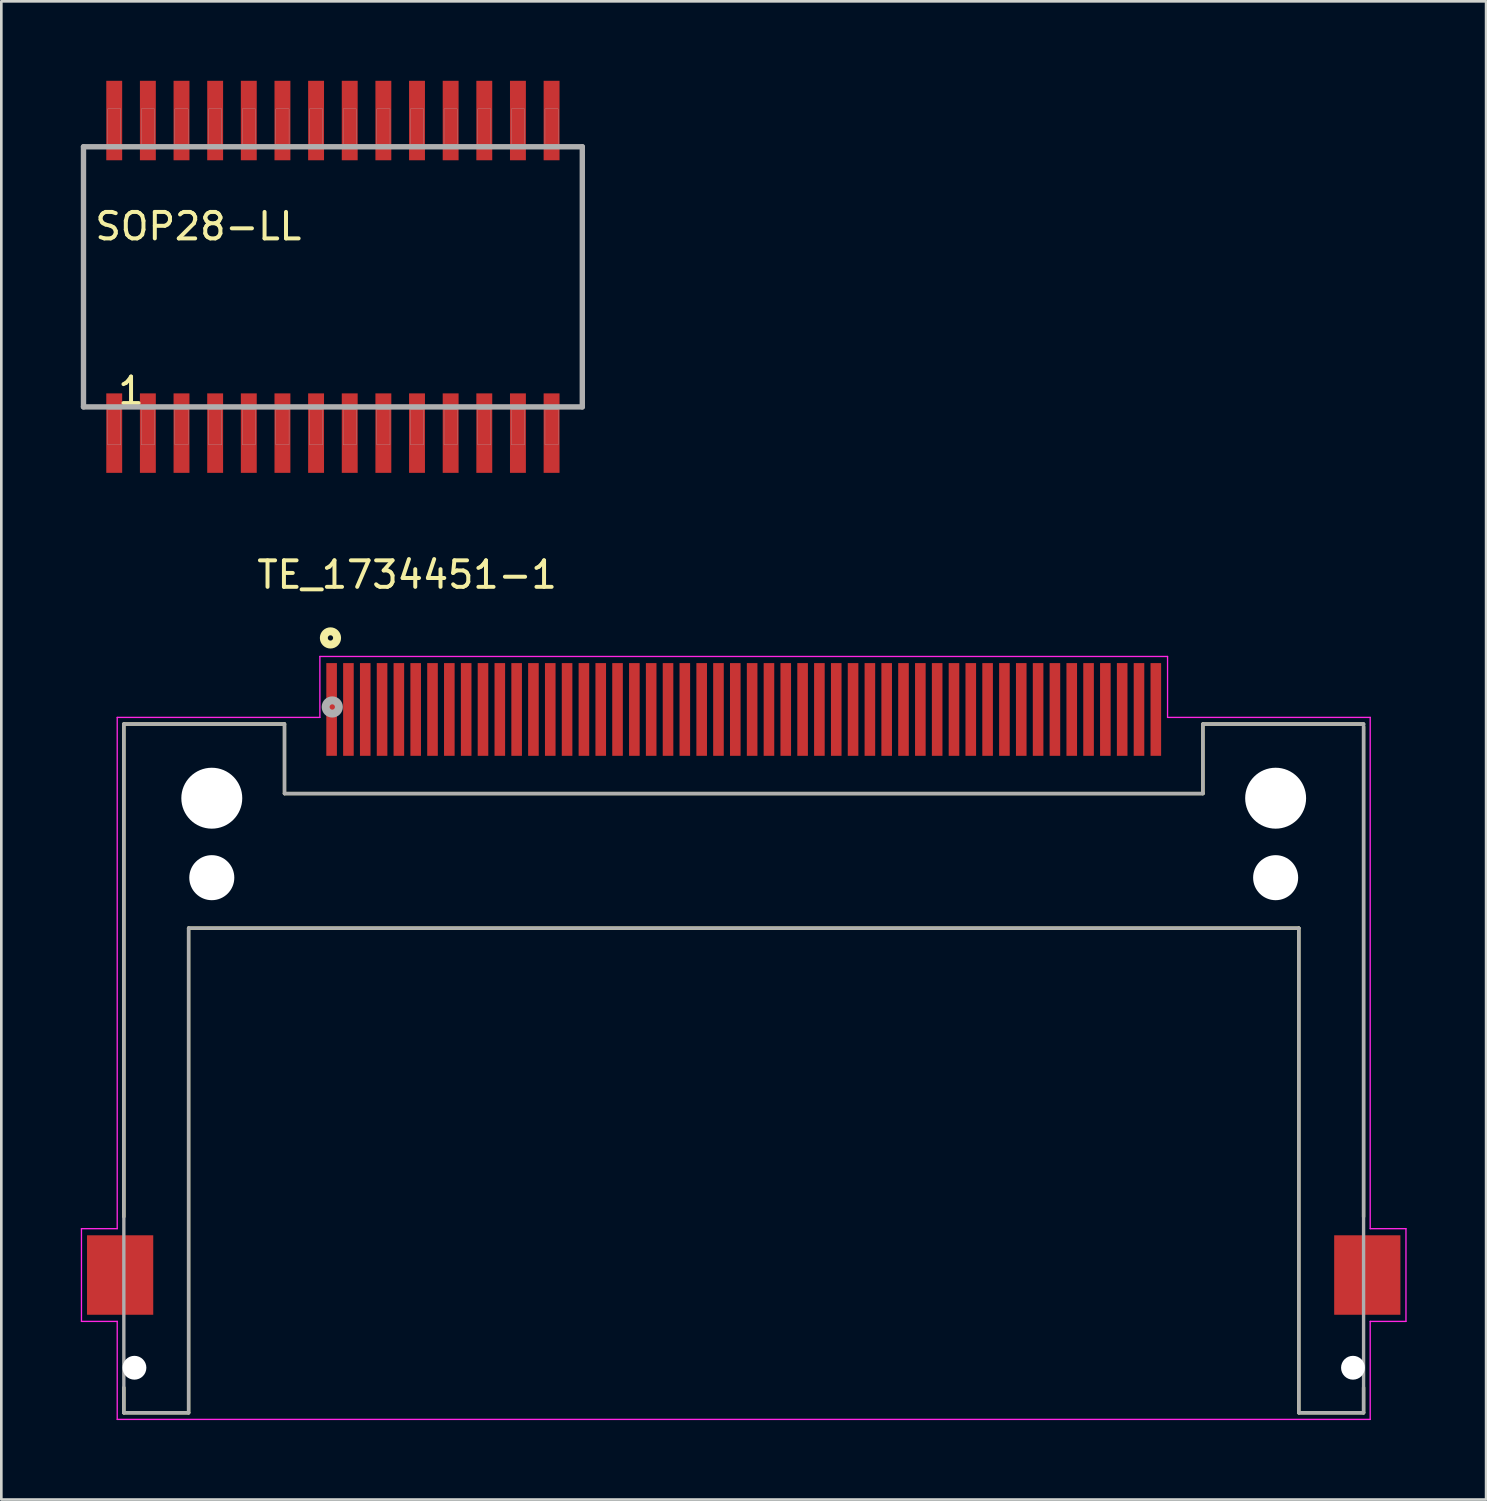
<source format=kicad_pcb>
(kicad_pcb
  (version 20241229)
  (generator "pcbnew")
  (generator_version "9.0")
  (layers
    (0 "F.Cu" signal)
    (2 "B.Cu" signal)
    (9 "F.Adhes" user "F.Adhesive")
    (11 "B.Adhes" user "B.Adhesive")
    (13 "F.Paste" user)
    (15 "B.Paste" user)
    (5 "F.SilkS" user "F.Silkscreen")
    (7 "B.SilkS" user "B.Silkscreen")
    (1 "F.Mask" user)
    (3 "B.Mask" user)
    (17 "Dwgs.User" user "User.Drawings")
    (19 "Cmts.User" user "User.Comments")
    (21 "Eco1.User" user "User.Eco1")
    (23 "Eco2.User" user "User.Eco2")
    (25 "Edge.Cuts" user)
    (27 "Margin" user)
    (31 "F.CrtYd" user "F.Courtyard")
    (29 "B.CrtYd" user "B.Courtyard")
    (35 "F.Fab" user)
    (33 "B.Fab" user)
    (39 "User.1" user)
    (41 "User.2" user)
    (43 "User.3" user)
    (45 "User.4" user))
  (footprint "SOP28-LL"
    (layer "F.Cu")
    (at 9.517 7.4)
    (property "Reference" "SOP28-LL" (at -5.08 -1.905 0) (layer "F.SilkS") (effects (font (size 1 1) (thickness 0.15))))
    (attr smd)
    (fp_line (start -9.415 -4.91) (end 9.415 -4.91) (stroke (width 0.203) (type solid)) (layer "F.Fab"))
    (fp_line (start -9.415 4.91) (end -9.415 -4.91) (stroke (width 0.203) (type solid)) (layer "F.Fab"))
    (fp_line (start 9.415 -4.91) (end 9.415 4.91) (stroke (width 0.203) (type solid)) (layer "F.Fab"))
    (fp_line (start 9.415 4.91) (end -9.415 4.91) (stroke (width 0.203) (type solid)) (layer "F.Fab"))
    (fp_poly (pts (xy -8.505 -6.34) (xy -8.005 -6.34) (xy -8.005 -5.01) (xy -8.505 -5.01)) (stroke (width 0.01) (type solid)) (fill no) (layer "F.Fab"))
    (fp_poly (pts (xy -8.505 5.01) (xy -8.005 5.01) (xy -8.005 6.34) (xy -8.505 6.34)) (stroke (width 0.01) (type solid)) (fill no) (layer "F.Fab"))
    (fp_poly (pts (xy -7.235 -6.34) (xy -6.735 -6.34) (xy -6.735 -5.01) (xy -7.235 -5.01)) (stroke (width 0.01) (type solid)) (fill no) (layer "F.Fab"))
    (fp_poly (pts (xy -7.235 5.01) (xy -6.735 5.01) (xy -6.735 6.34) (xy -7.235 6.34)) (stroke (width 0.01) (type solid)) (fill no) (layer "F.Fab"))
    (fp_poly (pts (xy -5.965 -6.34) (xy -5.465 -6.34) (xy -5.465 -5.01) (xy -5.965 -5.01)) (stroke (width 0.01) (type solid)) (fill no) (layer "F.Fab"))
    (fp_poly (pts (xy -5.965 5.01) (xy -5.465 5.01) (xy -5.465 6.34) (xy -5.965 6.34)) (stroke (width 0.01) (type solid)) (fill no) (layer "F.Fab"))
    (fp_poly (pts (xy -4.695 -6.34) (xy -4.195 -6.34) (xy -4.195 -5.01) (xy -4.695 -5.01)) (stroke (width 0.01) (type solid)) (fill no) (layer "F.Fab"))
    (fp_poly (pts (xy -4.695 5.01) (xy -4.195 5.01) (xy -4.195 6.34) (xy -4.695 6.34)) (stroke (width 0.01) (type solid)) (fill no) (layer "F.Fab"))
    (fp_poly (pts (xy -3.425 -6.34) (xy -2.925 -6.34) (xy -2.925 -5.01) (xy -3.425 -5.01)) (stroke (width 0.01) (type solid)) (fill no) (layer "F.Fab"))
    (fp_poly (pts (xy -3.425 5.01) (xy -2.925 5.01) (xy -2.925 6.34) (xy -3.425 6.34)) (stroke (width 0.01) (type solid)) (fill no) (layer "F.Fab"))
    (fp_poly (pts (xy -2.155 -6.34) (xy -1.655 -6.34) (xy -1.655 -5.01) (xy -2.155 -5.01)) (stroke (width 0.01) (type solid)) (fill no) (layer "F.Fab"))
    (fp_poly (pts (xy -2.155 5.01) (xy -1.655 5.01) (xy -1.655 6.34) (xy -2.155 6.34)) (stroke (width 0.01) (type solid)) (fill no) (layer "F.Fab"))
    (fp_poly (pts (xy -0.885 -6.34) (xy -0.385 -6.34) (xy -0.385 -5.01) (xy -0.885 -5.01)) (stroke (width 0.01) (type solid)) (fill no) (layer "F.Fab"))
    (fp_poly (pts (xy -0.885 5.01) (xy -0.385 5.01) (xy -0.385 6.34) (xy -0.885 6.34)) (stroke (width 0.01) (type solid)) (fill no) (layer "F.Fab"))
    (fp_poly (pts (xy 0.385 -6.34) (xy 0.885 -6.34) (xy 0.885 -5.01) (xy 0.385 -5.01)) (stroke (width 0.01) (type solid)) (fill no) (layer "F.Fab"))
    (fp_poly (pts (xy 0.385 5.01) (xy 0.885 5.01) (xy 0.885 6.34) (xy 0.385 6.34)) (stroke (width 0.01) (type solid)) (fill no) (layer "F.Fab"))
    (fp_poly (pts (xy 1.655 -6.34) (xy 2.155 -6.34) (xy 2.155 -5.01) (xy 1.655 -5.01)) (stroke (width 0.01) (type solid)) (fill no) (layer "F.Fab"))
    (fp_poly (pts (xy 1.655 5.01) (xy 2.155 5.01) (xy 2.155 6.34) (xy 1.655 6.34)) (stroke (width 0.01) (type solid)) (fill no) (layer "F.Fab"))
    (fp_poly (pts (xy 2.925 -6.34) (xy 3.425 -6.34) (xy 3.425 -5.01) (xy 2.925 -5.01)) (stroke (width 0.01) (type solid)) (fill no) (layer "F.Fab"))
    (fp_poly (pts (xy 2.925 5.01) (xy 3.425 5.01) (xy 3.425 6.34) (xy 2.925 6.34)) (stroke (width 0.01) (type solid)) (fill no) (layer "F.Fab"))
    (fp_poly (pts (xy 4.195 -6.34) (xy 4.695 -6.34) (xy 4.695 -5.01) (xy 4.195 -5.01)) (stroke (width 0.01) (type solid)) (fill no) (layer "F.Fab"))
    (fp_poly (pts (xy 4.195 5.01) (xy 4.695 5.01) (xy 4.695 6.34) (xy 4.195 6.34)) (stroke (width 0.01) (type solid)) (fill no) (layer "F.Fab"))
    (fp_poly (pts (xy 5.465 -6.34) (xy 5.965 -6.34) (xy 5.965 -5.01) (xy 5.465 -5.01)) (stroke (width 0.01) (type solid)) (fill no) (layer "F.Fab"))
    (fp_poly (pts (xy 5.465 5.01) (xy 5.965 5.01) (xy 5.965 6.34) (xy 5.465 6.34)) (stroke (width 0.01) (type solid)) (fill no) (layer "F.Fab"))
    (fp_poly (pts (xy 6.735 -6.34) (xy 7.235 -6.34) (xy 7.235 -5.01) (xy 6.735 -5.01)) (stroke (width 0.01) (type solid)) (fill no) (layer "F.Fab"))
    (fp_poly (pts (xy 6.735 5.01) (xy 7.235 5.01) (xy 7.235 6.34) (xy 6.735 6.34)) (stroke (width 0.01) (type solid)) (fill no) (layer "F.Fab"))
    (fp_poly (pts (xy 8.005 -6.34) (xy 8.505 -6.34) (xy 8.505 -5.01) (xy 8.005 -5.01)) (stroke (width 0.01) (type solid)) (fill no) (layer "F.Fab"))
    (fp_poly (pts (xy 8.005 5.01) (xy 8.505 5.01) (xy 8.505 6.34) (xy 8.005 6.34)) (stroke (width 0.01) (type solid)) (fill no) (layer "F.Fab"))
    (fp_text user "1" (at -7.62 4.31 0) (layer "F.SilkS") (effects (font (size 1 1) (thickness 0.15))))
    (pad "1" smd rect (at -8.255 5.9) (size 0.6 3) (layers "F.Cu" "F.Mask" "F.Paste"))
    (pad "2" smd rect (at -6.985 5.9) (size 0.6 3) (layers "F.Cu" "F.Mask" "F.Paste"))
    (pad "3" smd rect (at -5.715 5.9) (size 0.6 3) (layers "F.Cu" "F.Mask" "F.Paste"))
    (pad "4" smd rect (at -4.445 5.9) (size 0.6 3) (layers "F.Cu" "F.Mask" "F.Paste"))
    (pad "5" smd rect (at -3.175 5.9) (size 0.6 3) (layers "F.Cu" "F.Mask" "F.Paste"))
    (pad "6" smd rect (at -1.905 5.9) (size 0.6 3) (layers "F.Cu" "F.Mask" "F.Paste"))
    (pad "7" smd rect (at -0.635 5.9) (size 0.6 3) (layers "F.Cu" "F.Mask" "F.Paste"))
    (pad "8" smd rect (at 0.635 5.9) (size 0.6 3) (layers "F.Cu" "F.Mask" "F.Paste"))
    (pad "9" smd rect (at 1.905 5.9) (size 0.6 3) (layers "F.Cu" "F.Mask" "F.Paste"))
    (pad "10" smd rect (at 3.175 5.9) (size 0.6 3) (layers "F.Cu" "F.Mask" "F.Paste"))
    (pad "11" smd rect (at 4.445 5.9) (size 0.6 3) (layers "F.Cu" "F.Mask" "F.Paste"))
    (pad "12" smd rect (at 5.715 5.9) (size 0.6 3) (layers "F.Cu" "F.Mask" "F.Paste"))
    (pad "13" smd rect (at 6.985 5.9) (size 0.6 3) (layers "F.Cu" "F.Mask" "F.Paste"))
    (pad "14" smd rect (at 8.255 5.9) (size 0.6 3) (layers "F.Cu" "F.Mask" "F.Paste"))
    (pad "15" smd rect (at 8.255 -5.9) (size 0.6 3) (layers "F.Cu" "F.Mask" "F.Paste"))
    (pad "16" smd rect (at 6.985 -5.9) (size 0.6 3) (layers "F.Cu" "F.Mask" "F.Paste"))
    (pad "17" smd rect (at 5.715 -5.9) (size 0.6 3) (layers "F.Cu" "F.Mask" "F.Paste"))
    (pad "18" smd rect (at 4.445 -5.9) (size 0.6 3) (layers "F.Cu" "F.Mask" "F.Paste"))
    (pad "19" smd rect (at 3.175 -5.9) (size 0.6 3) (layers "F.Cu" "F.Mask" "F.Paste"))
    (pad "20" smd rect (at 1.905 -5.9) (size 0.6 3) (layers "F.Cu" "F.Mask" "F.Paste"))
    (pad "21" smd rect (at 0.635 -5.9) (size 0.6 3) (layers "F.Cu" "F.Mask" "F.Paste"))
    (pad "22" smd rect (at -0.635 -5.9) (size 0.6 3) (layers "F.Cu" "F.Mask" "F.Paste"))
    (pad "23" smd rect (at -1.905 -5.9) (size 0.6 3) (layers "F.Cu" "F.Mask" "F.Paste"))
    (pad "24" smd rect (at -3.175 -5.9) (size 0.6 3) (layers "F.Cu" "F.Mask" "F.Paste"))
    (pad "25" smd rect (at -4.445 -5.9) (size 0.6 3) (layers "F.Cu" "F.Mask" "F.Paste"))
    (pad "26" smd rect (at -5.715 -5.9) (size 0.6 3) (layers "F.Cu" "F.Mask" "F.Paste"))
    (pad "27" smd rect (at -6.985 -5.9) (size 0.6 3) (layers "F.Cu" "F.Mask" "F.Paste"))
    (pad "28" smd rect (at -8.255 -5.9) (size 0.6 3) (layers "F.Cu" "F.Mask" "F.Paste")))
  (footprint "TE_1734451-1"
    (layer "F.Cu")
    (at 25.025 23.732)
    (property "Reference" "TE_1734451-1" (at -12.709 -5.084 0) (layer "F.SilkS") (effects (font (size 1.001 1.001) (thickness 0.15))))
    (attr smd)
    (fp_line (start -23.4 0.55) (end -23.4 19.15) (stroke (width 0.127) (type solid)) (layer "F.SilkS"))
    (fp_line (start -23.4 0.55) (end -17.335 0.55) (stroke (width 0.127) (type solid)) (layer "F.SilkS"))
    (fp_line (start -23.4 25.6) (end -23.4 26.55) (stroke (width 0.127) (type solid)) (layer "F.SilkS"))
    (fp_line (start -20.955 8.255) (end -20.955 26.55) (stroke (width 0.127) (type solid)) (layer "F.SilkS"))
    (fp_line (start -20.955 26.55) (end -23.4 26.55) (stroke (width 0.127) (type solid)) (layer "F.SilkS"))
    (fp_line (start -17.335 0.55) (end -17.335 3.175) (stroke (width 0.127) (type solid)) (layer "F.SilkS"))
    (fp_line (start -17.335 3.175) (end 17.335 3.175) (stroke (width 0.127) (type solid)) (layer "F.SilkS"))
    (fp_line (start 17.335 0.55) (end 23.4 0.55) (stroke (width 0.127) (type solid)) (layer "F.SilkS"))
    (fp_line (start 17.335 3.175) (end 17.335 0.55) (stroke (width 0.127) (type solid)) (layer "F.SilkS"))
    (fp_line (start 20.955 8.255) (end -20.955 8.255) (stroke (width 0.127) (type solid)) (layer "F.SilkS"))
    (fp_line (start 20.955 26.55) (end 20.955 8.255) (stroke (width 0.127) (type solid)) (layer "F.SilkS"))
    (fp_line (start 23.4 0.65) (end 23.4 19.15) (stroke (width 0.127) (type solid)) (layer "F.SilkS"))
    (fp_line (start 23.4 25.6) (end 23.4 26.55) (stroke (width 0.127) (type solid)) (layer "F.SilkS"))
    (fp_line (start 23.4 26.55) (end 20.955 26.55) (stroke (width 0.127) (type solid)) (layer "F.SilkS"))
    (fp_circle (center -15.6 -2.7) (end -15.5 -2.7) (stroke (width 0.3) (type solid)) (fill no) (layer "F.SilkS"))
    (fp_line (start -25 19.6) (end -25 23.1) (stroke (width 0.05) (type solid)) (layer "F.CrtYd"))
    (fp_line (start -25 23.1) (end -23.65 23.1) (stroke (width 0.05) (type solid)) (layer "F.CrtYd"))
    (fp_line (start -23.65 0.3) (end -16 0.3) (stroke (width 0.05) (type solid)) (layer "F.CrtYd"))
    (fp_line (start -23.65 19.6) (end -25 19.6) (stroke (width 0.05) (type solid)) (layer "F.CrtYd"))
    (fp_line (start -23.65 19.6) (end -23.65 0.3) (stroke (width 0.05) (type solid)) (layer "F.CrtYd"))
    (fp_line (start -23.65 26.8) (end -23.65 23.1) (stroke (width 0.05) (type solid)) (layer "F.CrtYd"))
    (fp_line (start -16 -2) (end 16 -2) (stroke (width 0.05) (type solid)) (layer "F.CrtYd"))
    (fp_line (start -16 0.3) (end -16 -2) (stroke (width 0.05) (type solid)) (layer "F.CrtYd"))
    (fp_line (start 16 -2) (end 16 0.3) (stroke (width 0.05) (type solid)) (layer "F.CrtYd"))
    (fp_line (start 16 0.3) (end 23.65 0.3) (stroke (width 0.05) (type solid)) (layer "F.CrtYd"))
    (fp_line (start 23.65 0.3) (end 23.65 19.6) (stroke (width 0.05) (type solid)) (layer "F.CrtYd"))
    (fp_line (start 23.65 19.6) (end 25 19.6) (stroke (width 0.05) (type solid)) (layer "F.CrtYd"))
    (fp_line (start 23.65 23.1) (end 23.65 26.8) (stroke (width 0.05) (type solid)) (layer "F.CrtYd"))
    (fp_line (start 23.65 26.8) (end -23.65 26.8) (stroke (width 0.05) (type solid)) (layer "F.CrtYd"))
    (fp_line (start 25 19.6) (end 25 23.1) (stroke (width 0.05) (type solid)) (layer "F.CrtYd"))
    (fp_line (start 25 23.1) (end 23.65 23.1) (stroke (width 0.05) (type solid)) (layer "F.CrtYd"))
    (fp_line (start -23.4 0.55) (end -17.335 0.55) (stroke (width 0.127) (type solid)) (layer "F.Fab"))
    (fp_line (start -23.4 26.55) (end -23.4 0.55) (stroke (width 0.127) (type solid)) (layer "F.Fab"))
    (fp_line (start -20.955 8.255) (end -20.955 26.55) (stroke (width 0.127) (type solid)) (layer "F.Fab"))
    (fp_line (start -20.955 26.55) (end -23.4 26.55) (stroke (width 0.127) (type solid)) (layer "F.Fab"))
    (fp_line (start -17.335 0.55) (end -17.335 3.175) (stroke (width 0.127) (type solid)) (layer "F.Fab"))
    (fp_line (start -17.335 3.175) (end 17.335 3.175) (stroke (width 0.127) (type solid)) (layer "F.Fab"))
    (fp_line (start 17.335 0.55) (end 23.4 0.55) (stroke (width 0.127) (type solid)) (layer "F.Fab"))
    (fp_line (start 17.335 3.175) (end 17.335 0.55) (stroke (width 0.127) (type solid)) (layer "F.Fab"))
    (fp_line (start 20.955 8.255) (end -20.955 8.255) (stroke (width 0.127) (type solid)) (layer "F.Fab"))
    (fp_line (start 20.955 26.55) (end 20.955 8.255) (stroke (width 0.127) (type solid)) (layer "F.Fab"))
    (fp_line (start 23.4 0.55) (end 23.4 26.55) (stroke (width 0.127) (type solid)) (layer "F.Fab"))
    (fp_line (start 23.4 26.55) (end 20.955 26.55) (stroke (width 0.127) (type solid)) (layer "F.Fab"))
    (fp_circle (center -15.532 -0.094) (end -15.432 -0.094) (stroke (width 0.3) (type solid)) (fill no) (layer "F.Fab"))
    (pad "" np_thru_hole circle (at -23 24.85) (size 0.9 0.9) (drill 0.9) (layers "*.Cu" "*.Mask"))
    (pad "" np_thru_hole circle (at -20.08 3.35) (size 2.3 2.3) (drill 2.3) (layers "*.Cu" "*.Mask"))
    (pad "" np_thru_hole circle (at -20.08 6.35) (size 1.7 1.7) (drill 1.7) (layers "*.Cu" "*.Mask"))
    (pad "" np_thru_hole circle (at 20.08 3.35) (size 2.3 2.3) (drill 2.3) (layers "*.Cu" "*.Mask"))
    (pad "" np_thru_hole circle (at 20.08 6.35) (size 1.7 1.7) (drill 1.7) (layers "*.Cu" "*.Mask"))
    (pad "" np_thru_hole circle (at 23 24.85) (size 0.9 0.9) (drill 0.9) (layers "*.Cu" "*.Mask"))
    (pad "1" smd rect (at -15.557 0) (size 0.4 3.5) (layers "F.Cu" "F.Mask" "F.Paste"))
    (pad "2" smd rect (at -14.287 0) (size 0.4 3.5) (layers "F.Cu" "F.Mask" "F.Paste"))
    (pad "3" smd rect (at -13.018 0) (size 0.4 3.5) (layers "F.Cu" "F.Mask" "F.Paste"))
    (pad "4" smd rect (at -11.748 0) (size 0.4 3.5) (layers "F.Cu" "F.Mask" "F.Paste"))
    (pad "5" smd rect (at -10.477 0) (size 0.4 3.5) (layers "F.Cu" "F.Mask" "F.Paste"))
    (pad "6" smd rect (at -9.207 0) (size 0.4 3.5) (layers "F.Cu" "F.Mask" "F.Paste"))
    (pad "7" smd rect (at -7.938 0) (size 0.4 3.5) (layers "F.Cu" "F.Mask" "F.Paste"))
    (pad "8" smd rect (at -6.668 0) (size 0.4 3.5) (layers "F.Cu" "F.Mask" "F.Paste"))
    (pad "9" smd rect (at -5.397 0) (size 0.4 3.5) (layers "F.Cu" "F.Mask" "F.Paste"))
    (pad "10" smd rect (at -4.128 0) (size 0.4 3.5) (layers "F.Cu" "F.Mask" "F.Paste"))
    (pad "11" smd rect (at -2.857 0) (size 0.4 3.5) (layers "F.Cu" "F.Mask" "F.Paste"))
    (pad "12" smd rect (at -1.587 0) (size 0.4 3.5) (layers "F.Cu" "F.Mask" "F.Paste"))
    (pad "13" smd rect (at -0.318 0) (size 0.4 3.5) (layers "F.Cu" "F.Mask" "F.Paste"))
    (pad "14" smd rect (at 0.953 0) (size 0.4 3.5) (layers "F.Cu" "F.Mask" "F.Paste"))
    (pad "15" smd rect (at 2.223 0) (size 0.4 3.5) (layers "F.Cu" "F.Mask" "F.Paste"))
    (pad "16" smd rect (at 3.493 0) (size 0.4 3.5) (layers "F.Cu" "F.Mask" "F.Paste"))
    (pad "17" smd rect (at 4.763 0) (size 0.4 3.5) (layers "F.Cu" "F.Mask" "F.Paste"))
    (pad "18" smd rect (at 6.032 0) (size 0.4 3.5) (layers "F.Cu" "F.Mask" "F.Paste"))
    (pad "19" smd rect (at 7.303 0) (size 0.4 3.5) (layers "F.Cu" "F.Mask" "F.Paste"))
    (pad "20" smd rect (at 8.572 0) (size 0.4 3.5) (layers "F.Cu" "F.Mask" "F.Paste"))
    (pad "21" smd rect (at 9.842 0) (size 0.4 3.5) (layers "F.Cu" "F.Mask" "F.Paste"))
    (pad "22" smd rect (at 11.113 0) (size 0.4 3.5) (layers "F.Cu" "F.Mask" "F.Paste"))
    (pad "23" smd rect (at 12.383 0) (size 0.4 3.5) (layers "F.Cu" "F.Mask" "F.Paste"))
    (pad "24" smd rect (at 13.652 0) (size 0.4 3.5) (layers "F.Cu" "F.Mask" "F.Paste"))
    (pad "25" smd rect (at 14.922 0) (size 0.4 3.5) (layers "F.Cu" "F.Mask" "F.Paste"))
    (pad "26" smd rect (at -14.922 0) (size 0.4 3.5) (layers "F.Cu" "F.Mask" "F.Paste"))
    (pad "27" smd rect (at -13.652 0) (size 0.4 3.5) (layers "F.Cu" "F.Mask" "F.Paste"))
    (pad "28" smd rect (at -12.383 0) (size 0.4 3.5) (layers "F.Cu" "F.Mask" "F.Paste"))
    (pad "29" smd rect (at -11.113 0) (size 0.4 3.5) (layers "F.Cu" "F.Mask" "F.Paste"))
    (pad "30" smd rect (at -9.842 0) (size 0.4 3.5) (layers "F.Cu" "F.Mask" "F.Paste"))
    (pad "31" smd rect (at -8.572 0) (size 0.4 3.5) (layers "F.Cu" "F.Mask" "F.Paste"))
    (pad "32" smd rect (at -7.303 0) (size 0.4 3.5) (layers "F.Cu" "F.Mask" "F.Paste"))
    (pad "33" smd rect (at -6.032 0) (size 0.4 3.5) (layers "F.Cu" "F.Mask" "F.Paste"))
    (pad "34" smd rect (at -4.763 0) (size 0.4 3.5) (layers "F.Cu" "F.Mask" "F.Paste"))
    (pad "35" smd rect (at -3.493 0) (size 0.4 3.5) (layers "F.Cu" "F.Mask" "F.Paste"))
    (pad "36" smd rect (at -2.223 0) (size 0.4 3.5) (layers "F.Cu" "F.Mask" "F.Paste"))
    (pad "37" smd rect (at -0.953 0) (size 0.4 3.5) (layers "F.Cu" "F.Mask" "F.Paste"))
    (pad "38" smd rect (at 0.318 0) (size 0.4 3.5) (layers "F.Cu" "F.Mask" "F.Paste"))
    (pad "39" smd rect (at 1.587 0) (size 0.4 3.5) (layers "F.Cu" "F.Mask" "F.Paste"))
    (pad "40" smd rect (at 2.857 0) (size 0.4 3.5) (layers "F.Cu" "F.Mask" "F.Paste"))
    (pad "41" smd rect (at 4.128 0) (size 0.4 3.5) (layers "F.Cu" "F.Mask" "F.Paste"))
    (pad "42" smd rect (at 5.397 0) (size 0.4 3.5) (layers "F.Cu" "F.Mask" "F.Paste"))
    (pad "43" smd rect (at 6.668 0) (size 0.4 3.5) (layers "F.Cu" "F.Mask" "F.Paste"))
    (pad "44" smd rect (at 7.938 0) (size 0.4 3.5) (layers "F.Cu" "F.Mask" "F.Paste"))
    (pad "45" smd rect (at 9.207 0) (size 0.4 3.5) (layers "F.Cu" "F.Mask" "F.Paste"))
    (pad "46" smd rect (at 10.477 0) (size 0.4 3.5) (layers "F.Cu" "F.Mask" "F.Paste"))
    (pad "47" smd rect (at 11.748 0) (size 0.4 3.5) (layers "F.Cu" "F.Mask" "F.Paste"))
    (pad "48" smd rect (at 13.018 0) (size 0.4 3.5) (layers "F.Cu" "F.Mask" "F.Paste"))
    (pad "49" smd rect (at 14.287 0) (size 0.4 3.5) (layers "F.Cu" "F.Mask" "F.Paste"))
    (pad "50" smd rect (at 15.557 0) (size 0.4 3.5) (layers "F.Cu" "F.Mask" "F.Paste"))
    (pad "S1" smd rect (at -23.54 21.35) (size 2.5 3) (layers "F.Cu" "F.Mask" "F.Paste"))
    (pad "S2" smd rect (at 23.54 21.35) (size 2.5 3) (layers "F.Cu" "F.Mask" "F.Paste")))
  (gr_rect
    (start -3 -3)
    (end 53.05 53.557)
    (stroke (width 0.1) (type default))
    (fill no)
    (layer "Edge.Cuts")))
</source>
